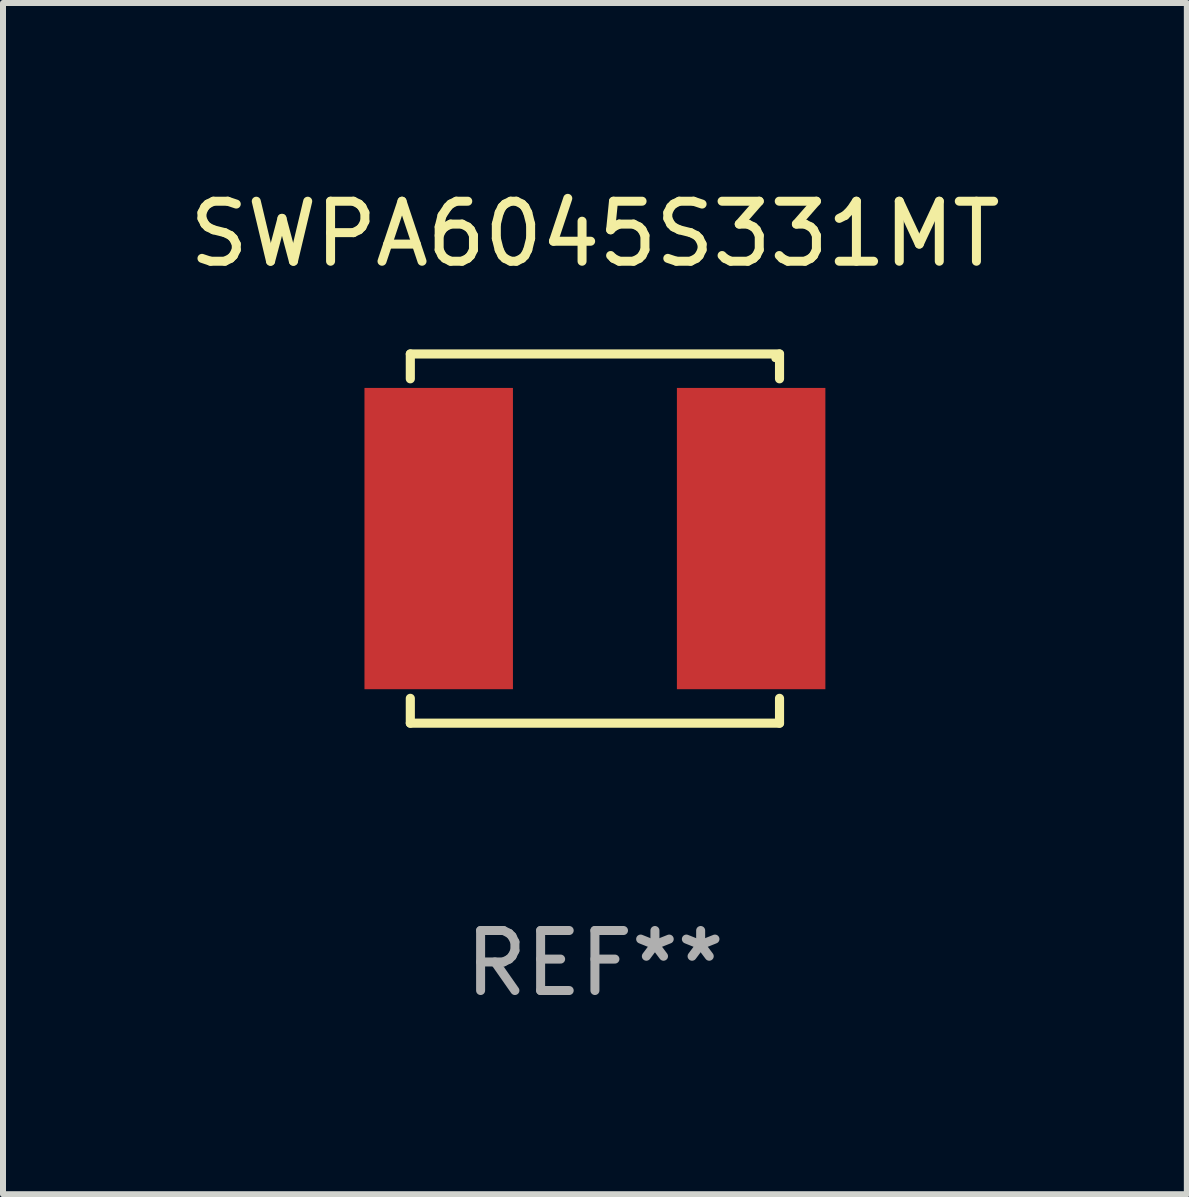
<source format=kicad_pcb>
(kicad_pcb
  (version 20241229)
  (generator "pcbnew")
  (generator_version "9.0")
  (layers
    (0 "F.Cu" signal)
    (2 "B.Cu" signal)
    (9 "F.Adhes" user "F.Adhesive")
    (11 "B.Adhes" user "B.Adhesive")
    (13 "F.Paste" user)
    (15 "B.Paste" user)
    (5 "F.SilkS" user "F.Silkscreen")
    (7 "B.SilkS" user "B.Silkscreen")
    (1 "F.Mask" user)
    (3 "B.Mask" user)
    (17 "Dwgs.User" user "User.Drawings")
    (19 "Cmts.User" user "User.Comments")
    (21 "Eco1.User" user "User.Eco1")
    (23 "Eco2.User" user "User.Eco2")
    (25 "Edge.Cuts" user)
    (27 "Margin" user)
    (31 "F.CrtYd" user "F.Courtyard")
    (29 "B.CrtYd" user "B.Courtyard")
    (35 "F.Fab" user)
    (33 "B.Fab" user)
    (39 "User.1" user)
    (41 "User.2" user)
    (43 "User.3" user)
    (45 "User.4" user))
  (footprint "SWPA6045S331MT"
    (layer "F.Cu")
    (at 6.863 5.924)
    (property "Reference" "SWPA6045S331MT" (at 0 -5.076 0) (layer "F.SilkS") (effects (font (size 1 1) (thickness 0.15))))
    (attr through_hole)
    (fp_line (start -3.076 -3.076) (end 3.076 -3.076) (stroke (width 0.152) (type solid)) (layer "F.SilkS"))
    (fp_line (start -3.076 -2.662) (end -3.076 -3.076) (stroke (width 0.152) (type solid)) (layer "F.SilkS"))
    (fp_line (start -3.076 2.662) (end -3.076 3.076) (stroke (width 0.152) (type solid)) (layer "F.SilkS"))
    (fp_line (start -3.076 3.076) (end 3.076 3.076) (stroke (width 0.152) (type solid)) (layer "F.SilkS"))
    (fp_line (start 3.076 -3.076) (end 3.076 -2.662) (stroke (width 0.152) (type solid)) (layer "F.SilkS"))
    (fp_line (start 3.076 3.076) (end 3.076 2.662) (stroke (width 0.152) (type solid)) (layer "F.SilkS"))
    (fp_circle (center 3 -3) (end 3.03 -3) (stroke (width 0.06) (type solid)) (fill no) (layer "F.SilkS"))
    (fp_text user "REF**" (at 0 7.076 0) (layer "F.Fab") (effects (font (size 1 1) (thickness 0.15))))
    (pad "1" smd rect (at 2.603 0) (size 2.474 5.02) (layers "F.Cu" "F.Mask" "F.Paste"))
    (pad "2" smd rect (at -2.603 0) (size 2.474 5.02) (layers "F.Cu" "F.Mask" "F.Paste")))
  (gr_rect
    (start -3 -3)
    (end 16.726 16.849)
    (stroke (width 0.1) (type default))
    (fill no)
    (layer "Edge.Cuts")))
</source>
